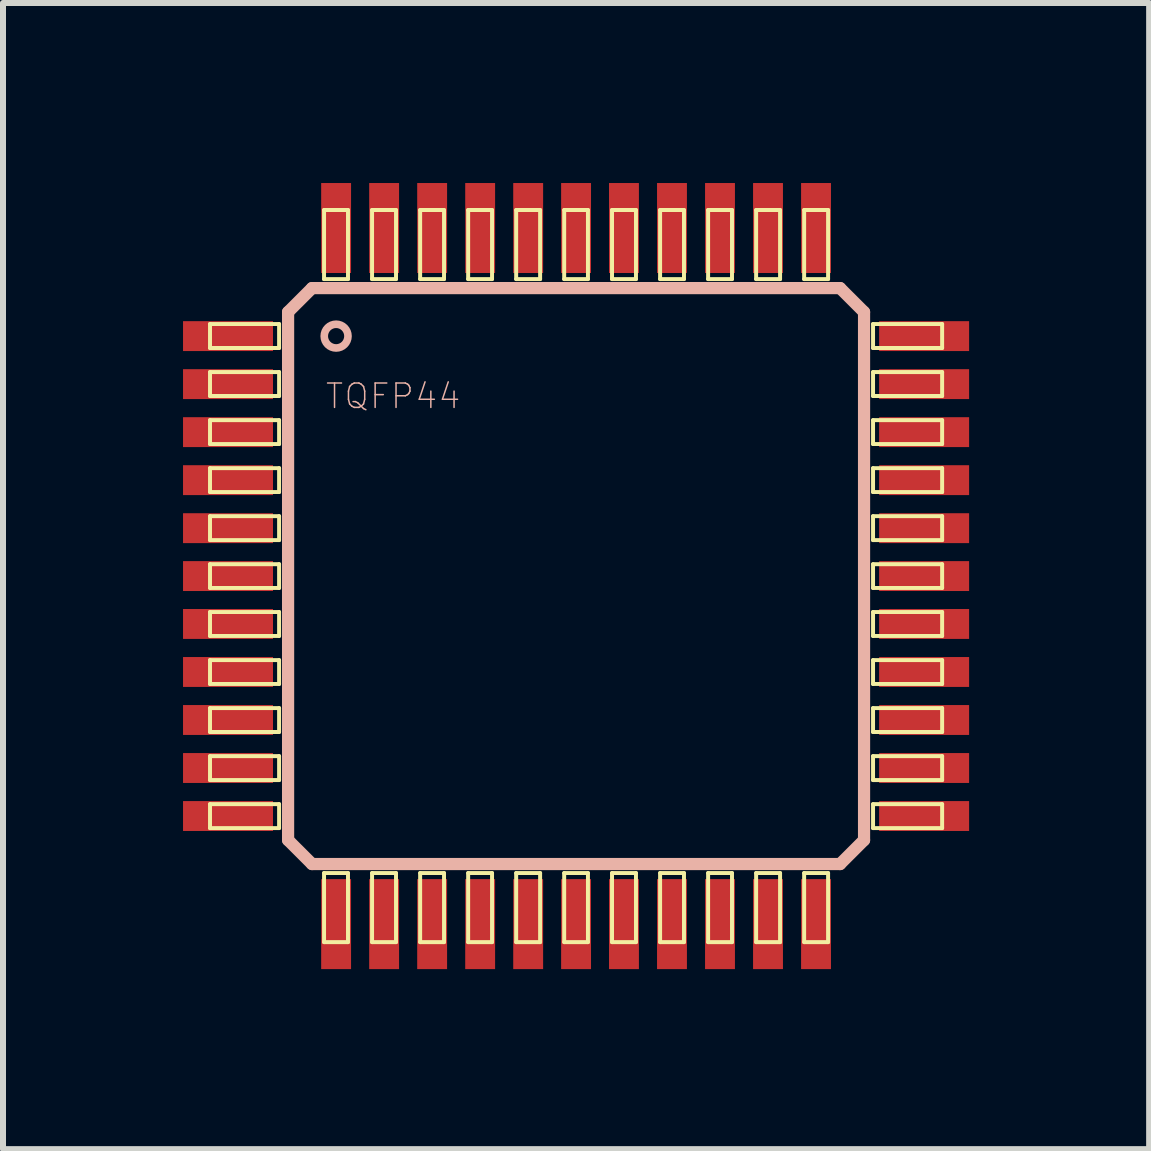
<source format=kicad_pcb>
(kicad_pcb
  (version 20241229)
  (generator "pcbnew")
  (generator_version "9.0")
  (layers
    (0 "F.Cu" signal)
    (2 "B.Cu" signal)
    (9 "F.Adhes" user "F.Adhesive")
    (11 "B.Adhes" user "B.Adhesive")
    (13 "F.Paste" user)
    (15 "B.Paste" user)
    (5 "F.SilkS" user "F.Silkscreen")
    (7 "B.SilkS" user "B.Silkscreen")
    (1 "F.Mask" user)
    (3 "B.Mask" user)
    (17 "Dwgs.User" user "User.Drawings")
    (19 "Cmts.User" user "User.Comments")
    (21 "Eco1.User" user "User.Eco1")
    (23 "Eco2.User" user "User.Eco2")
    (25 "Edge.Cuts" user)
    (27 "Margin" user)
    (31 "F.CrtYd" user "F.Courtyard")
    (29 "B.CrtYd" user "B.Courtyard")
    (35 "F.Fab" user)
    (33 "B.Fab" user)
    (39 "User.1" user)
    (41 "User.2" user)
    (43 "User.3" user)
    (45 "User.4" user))
  (footprint "TQFP44"
    (layer "F.Cu")
    (at 6.548 6.548)
    (property "Reference" "TQFP44" (at -3.048 -2.997 0) (layer "B.SilkS") (effects (font (size 0.406 0.406) (thickness 0.025))))
    (attr smd)
    (fp_line (start -6.099 -4.199) (end -4.948 -4.199) (stroke (width 0.066) (type solid)) (layer "F.SilkS"))
    (fp_line (start -6.099 -3.8) (end -6.099 -4.199) (stroke (width 0.066) (type solid)) (layer "F.SilkS"))
    (fp_line (start -6.099 -3.8) (end -4.948 -3.8) (stroke (width 0.066) (type solid)) (layer "F.SilkS"))
    (fp_line (start -6.099 -3.399) (end -4.948 -3.399) (stroke (width 0.066) (type solid)) (layer "F.SilkS"))
    (fp_line (start -6.099 -3) (end -6.099 -3.399) (stroke (width 0.066) (type solid)) (layer "F.SilkS"))
    (fp_line (start -6.099 -3) (end -4.948 -3) (stroke (width 0.066) (type solid)) (layer "F.SilkS"))
    (fp_line (start -6.099 -2.598) (end -4.948 -2.598) (stroke (width 0.066) (type solid)) (layer "F.SilkS"))
    (fp_line (start -6.099 -2.2) (end -6.099 -2.598) (stroke (width 0.066) (type solid)) (layer "F.SilkS"))
    (fp_line (start -6.099 -2.2) (end -4.948 -2.2) (stroke (width 0.066) (type solid)) (layer "F.SilkS"))
    (fp_line (start -6.099 -1.798) (end -4.948 -1.798) (stroke (width 0.066) (type solid)) (layer "F.SilkS"))
    (fp_line (start -6.099 -1.4) (end -6.099 -1.798) (stroke (width 0.066) (type solid)) (layer "F.SilkS"))
    (fp_line (start -6.099 -1.4) (end -4.948 -1.4) (stroke (width 0.066) (type solid)) (layer "F.SilkS"))
    (fp_line (start -6.099 -0.998) (end -4.948 -0.998) (stroke (width 0.066) (type solid)) (layer "F.SilkS"))
    (fp_line (start -6.099 -0.599) (end -6.099 -0.998) (stroke (width 0.066) (type solid)) (layer "F.SilkS"))
    (fp_line (start -6.099 -0.599) (end -4.948 -0.599) (stroke (width 0.066) (type solid)) (layer "F.SilkS"))
    (fp_line (start -6.099 -0.198) (end -4.948 -0.198) (stroke (width 0.066) (type solid)) (layer "F.SilkS"))
    (fp_line (start -6.099 0.198) (end -6.099 -0.198) (stroke (width 0.066) (type solid)) (layer "F.SilkS"))
    (fp_line (start -6.099 0.198) (end -4.948 0.198) (stroke (width 0.066) (type solid)) (layer "F.SilkS"))
    (fp_line (start -6.099 0.599) (end -4.948 0.599) (stroke (width 0.066) (type solid)) (layer "F.SilkS"))
    (fp_line (start -6.099 0.998) (end -6.099 0.599) (stroke (width 0.066) (type solid)) (layer "F.SilkS"))
    (fp_line (start -6.099 0.998) (end -4.948 0.998) (stroke (width 0.066) (type solid)) (layer "F.SilkS"))
    (fp_line (start -6.099 1.4) (end -4.948 1.4) (stroke (width 0.066) (type solid)) (layer "F.SilkS"))
    (fp_line (start -6.099 1.798) (end -6.099 1.4) (stroke (width 0.066) (type solid)) (layer "F.SilkS"))
    (fp_line (start -6.099 1.798) (end -4.948 1.798) (stroke (width 0.066) (type solid)) (layer "F.SilkS"))
    (fp_line (start -6.099 2.2) (end -4.948 2.2) (stroke (width 0.066) (type solid)) (layer "F.SilkS"))
    (fp_line (start -6.099 2.598) (end -6.099 2.2) (stroke (width 0.066) (type solid)) (layer "F.SilkS"))
    (fp_line (start -6.099 2.598) (end -4.948 2.598) (stroke (width 0.066) (type solid)) (layer "F.SilkS"))
    (fp_line (start -6.099 3) (end -4.948 3) (stroke (width 0.066) (type solid)) (layer "F.SilkS"))
    (fp_line (start -6.099 3.399) (end -6.099 3) (stroke (width 0.066) (type solid)) (layer "F.SilkS"))
    (fp_line (start -6.099 3.399) (end -4.948 3.399) (stroke (width 0.066) (type solid)) (layer "F.SilkS"))
    (fp_line (start -6.099 3.8) (end -4.948 3.8) (stroke (width 0.066) (type solid)) (layer "F.SilkS"))
    (fp_line (start -6.099 4.199) (end -6.099 3.8) (stroke (width 0.066) (type solid)) (layer "F.SilkS"))
    (fp_line (start -6.099 4.199) (end -4.948 4.199) (stroke (width 0.066) (type solid)) (layer "F.SilkS"))
    (fp_line (start -4.948 -3.8) (end -4.948 -4.199) (stroke (width 0.066) (type solid)) (layer "F.SilkS"))
    (fp_line (start -4.948 -3) (end -4.948 -3.399) (stroke (width 0.066) (type solid)) (layer "F.SilkS"))
    (fp_line (start -4.948 -2.2) (end -4.948 -2.598) (stroke (width 0.066) (type solid)) (layer "F.SilkS"))
    (fp_line (start -4.948 -1.4) (end -4.948 -1.798) (stroke (width 0.066) (type solid)) (layer "F.SilkS"))
    (fp_line (start -4.948 -0.599) (end -4.948 -0.998) (stroke (width 0.066) (type solid)) (layer "F.SilkS"))
    (fp_line (start -4.948 0.198) (end -4.948 -0.198) (stroke (width 0.066) (type solid)) (layer "F.SilkS"))
    (fp_line (start -4.948 0.998) (end -4.948 0.599) (stroke (width 0.066) (type solid)) (layer "F.SilkS"))
    (fp_line (start -4.948 1.798) (end -4.948 1.4) (stroke (width 0.066) (type solid)) (layer "F.SilkS"))
    (fp_line (start -4.948 2.598) (end -4.948 2.2) (stroke (width 0.066) (type solid)) (layer "F.SilkS"))
    (fp_line (start -4.948 3.399) (end -4.948 3) (stroke (width 0.066) (type solid)) (layer "F.SilkS"))
    (fp_line (start -4.948 4.199) (end -4.948 3.8) (stroke (width 0.066) (type solid)) (layer "F.SilkS"))
    (fp_line (start -4.199 -6.099) (end -3.8 -6.099) (stroke (width 0.066) (type solid)) (layer "F.SilkS"))
    (fp_line (start -4.199 -4.948) (end -4.199 -6.099) (stroke (width 0.066) (type solid)) (layer "F.SilkS"))
    (fp_line (start -4.199 -4.948) (end -3.8 -4.948) (stroke (width 0.066) (type solid)) (layer "F.SilkS"))
    (fp_line (start -4.199 4.948) (end -3.8 4.948) (stroke (width 0.066) (type solid)) (layer "F.SilkS"))
    (fp_line (start -4.199 6.099) (end -4.199 4.948) (stroke (width 0.066) (type solid)) (layer "F.SilkS"))
    (fp_line (start -4.199 6.099) (end -3.8 6.099) (stroke (width 0.066) (type solid)) (layer "F.SilkS"))
    (fp_line (start -3.8 -4.948) (end -3.8 -6.099) (stroke (width 0.066) (type solid)) (layer "F.SilkS"))
    (fp_line (start -3.8 6.099) (end -3.8 4.948) (stroke (width 0.066) (type solid)) (layer "F.SilkS"))
    (fp_line (start -3.399 -6.099) (end -3 -6.099) (stroke (width 0.066) (type solid)) (layer "F.SilkS"))
    (fp_line (start -3.399 -4.948) (end -3.399 -6.099) (stroke (width 0.066) (type solid)) (layer "F.SilkS"))
    (fp_line (start -3.399 -4.948) (end -3 -4.948) (stroke (width 0.066) (type solid)) (layer "F.SilkS"))
    (fp_line (start -3.399 4.948) (end -3 4.948) (stroke (width 0.066) (type solid)) (layer "F.SilkS"))
    (fp_line (start -3.399 6.099) (end -3.399 4.948) (stroke (width 0.066) (type solid)) (layer "F.SilkS"))
    (fp_line (start -3.399 6.099) (end -3 6.099) (stroke (width 0.066) (type solid)) (layer "F.SilkS"))
    (fp_line (start -3 -4.948) (end -3 -6.099) (stroke (width 0.066) (type solid)) (layer "F.SilkS"))
    (fp_line (start -3 6.099) (end -3 4.948) (stroke (width 0.066) (type solid)) (layer "F.SilkS"))
    (fp_line (start -2.598 -6.099) (end -2.2 -6.099) (stroke (width 0.066) (type solid)) (layer "F.SilkS"))
    (fp_line (start -2.598 -4.948) (end -2.598 -6.099) (stroke (width 0.066) (type solid)) (layer "F.SilkS"))
    (fp_line (start -2.598 -4.948) (end -2.2 -4.948) (stroke (width 0.066) (type solid)) (layer "F.SilkS"))
    (fp_line (start -2.598 4.948) (end -2.2 4.948) (stroke (width 0.066) (type solid)) (layer "F.SilkS"))
    (fp_line (start -2.598 6.099) (end -2.598 4.948) (stroke (width 0.066) (type solid)) (layer "F.SilkS"))
    (fp_line (start -2.598 6.099) (end -2.2 6.099) (stroke (width 0.066) (type solid)) (layer "F.SilkS"))
    (fp_line (start -2.2 -4.948) (end -2.2 -6.099) (stroke (width 0.066) (type solid)) (layer "F.SilkS"))
    (fp_line (start -2.2 6.099) (end -2.2 4.948) (stroke (width 0.066) (type solid)) (layer "F.SilkS"))
    (fp_line (start -1.798 -6.099) (end -1.4 -6.099) (stroke (width 0.066) (type solid)) (layer "F.SilkS"))
    (fp_line (start -1.798 -4.948) (end -1.798 -6.099) (stroke (width 0.066) (type solid)) (layer "F.SilkS"))
    (fp_line (start -1.798 -4.948) (end -1.4 -4.948) (stroke (width 0.066) (type solid)) (layer "F.SilkS"))
    (fp_line (start -1.798 4.948) (end -1.4 4.948) (stroke (width 0.066) (type solid)) (layer "F.SilkS"))
    (fp_line (start -1.798 6.099) (end -1.798 4.948) (stroke (width 0.066) (type solid)) (layer "F.SilkS"))
    (fp_line (start -1.798 6.099) (end -1.4 6.099) (stroke (width 0.066) (type solid)) (layer "F.SilkS"))
    (fp_line (start -1.4 -4.948) (end -1.4 -6.099) (stroke (width 0.066) (type solid)) (layer "F.SilkS"))
    (fp_line (start -1.4 6.099) (end -1.4 4.948) (stroke (width 0.066) (type solid)) (layer "F.SilkS"))
    (fp_line (start -0.998 -6.099) (end -0.599 -6.099) (stroke (width 0.066) (type solid)) (layer "F.SilkS"))
    (fp_line (start -0.998 -4.948) (end -0.998 -6.099) (stroke (width 0.066) (type solid)) (layer "F.SilkS"))
    (fp_line (start -0.998 -4.948) (end -0.599 -4.948) (stroke (width 0.066) (type solid)) (layer "F.SilkS"))
    (fp_line (start -0.998 4.948) (end -0.599 4.948) (stroke (width 0.066) (type solid)) (layer "F.SilkS"))
    (fp_line (start -0.998 6.099) (end -0.998 4.948) (stroke (width 0.066) (type solid)) (layer "F.SilkS"))
    (fp_line (start -0.998 6.099) (end -0.599 6.099) (stroke (width 0.066) (type solid)) (layer "F.SilkS"))
    (fp_line (start -0.599 -4.948) (end -0.599 -6.099) (stroke (width 0.066) (type solid)) (layer "F.SilkS"))
    (fp_line (start -0.599 6.099) (end -0.599 4.948) (stroke (width 0.066) (type solid)) (layer "F.SilkS"))
    (fp_line (start -0.198 -6.099) (end 0.198 -6.099) (stroke (width 0.066) (type solid)) (layer "F.SilkS"))
    (fp_line (start -0.198 -4.948) (end -0.198 -6.099) (stroke (width 0.066) (type solid)) (layer "F.SilkS"))
    (fp_line (start -0.198 -4.948) (end 0.198 -4.948) (stroke (width 0.066) (type solid)) (layer "F.SilkS"))
    (fp_line (start -0.198 4.948) (end 0.198 4.948) (stroke (width 0.066) (type solid)) (layer "F.SilkS"))
    (fp_line (start -0.198 6.099) (end -0.198 4.948) (stroke (width 0.066) (type solid)) (layer "F.SilkS"))
    (fp_line (start -0.198 6.099) (end 0.198 6.099) (stroke (width 0.066) (type solid)) (layer "F.SilkS"))
    (fp_line (start 0.198 -4.948) (end 0.198 -6.099) (stroke (width 0.066) (type solid)) (layer "F.SilkS"))
    (fp_line (start 0.198 6.099) (end 0.198 4.948) (stroke (width 0.066) (type solid)) (layer "F.SilkS"))
    (fp_line (start 0.599 -6.099) (end 0.998 -6.099) (stroke (width 0.066) (type solid)) (layer "F.SilkS"))
    (fp_line (start 0.599 -4.948) (end 0.599 -6.099) (stroke (width 0.066) (type solid)) (layer "F.SilkS"))
    (fp_line (start 0.599 -4.948) (end 0.998 -4.948) (stroke (width 0.066) (type solid)) (layer "F.SilkS"))
    (fp_line (start 0.599 4.948) (end 0.998 4.948) (stroke (width 0.066) (type solid)) (layer "F.SilkS"))
    (fp_line (start 0.599 6.099) (end 0.599 4.948) (stroke (width 0.066) (type solid)) (layer "F.SilkS"))
    (fp_line (start 0.599 6.099) (end 0.998 6.099) (stroke (width 0.066) (type solid)) (layer "F.SilkS"))
    (fp_line (start 0.998 -4.948) (end 0.998 -6.099) (stroke (width 0.066) (type solid)) (layer "F.SilkS"))
    (fp_line (start 0.998 6.099) (end 0.998 4.948) (stroke (width 0.066) (type solid)) (layer "F.SilkS"))
    (fp_line (start 1.4 -6.099) (end 1.798 -6.099) (stroke (width 0.066) (type solid)) (layer "F.SilkS"))
    (fp_line (start 1.4 -4.948) (end 1.4 -6.099) (stroke (width 0.066) (type solid)) (layer "F.SilkS"))
    (fp_line (start 1.4 -4.948) (end 1.798 -4.948) (stroke (width 0.066) (type solid)) (layer "F.SilkS"))
    (fp_line (start 1.4 4.948) (end 1.798 4.948) (stroke (width 0.066) (type solid)) (layer "F.SilkS"))
    (fp_line (start 1.4 6.099) (end 1.4 4.948) (stroke (width 0.066) (type solid)) (layer "F.SilkS"))
    (fp_line (start 1.4 6.099) (end 1.798 6.099) (stroke (width 0.066) (type solid)) (layer "F.SilkS"))
    (fp_line (start 1.798 -4.948) (end 1.798 -6.099) (stroke (width 0.066) (type solid)) (layer "F.SilkS"))
    (fp_line (start 1.798 6.099) (end 1.798 4.948) (stroke (width 0.066) (type solid)) (layer "F.SilkS"))
    (fp_line (start 2.2 -6.099) (end 2.598 -6.099) (stroke (width 0.066) (type solid)) (layer "F.SilkS"))
    (fp_line (start 2.2 -4.948) (end 2.2 -6.099) (stroke (width 0.066) (type solid)) (layer "F.SilkS"))
    (fp_line (start 2.2 -4.948) (end 2.598 -4.948) (stroke (width 0.066) (type solid)) (layer "F.SilkS"))
    (fp_line (start 2.2 4.948) (end 2.598 4.948) (stroke (width 0.066) (type solid)) (layer "F.SilkS"))
    (fp_line (start 2.2 6.099) (end 2.2 4.948) (stroke (width 0.066) (type solid)) (layer "F.SilkS"))
    (fp_line (start 2.2 6.099) (end 2.598 6.099) (stroke (width 0.066) (type solid)) (layer "F.SilkS"))
    (fp_line (start 2.598 -4.948) (end 2.598 -6.099) (stroke (width 0.066) (type solid)) (layer "F.SilkS"))
    (fp_line (start 2.598 6.099) (end 2.598 4.948) (stroke (width 0.066) (type solid)) (layer "F.SilkS"))
    (fp_line (start 3 -6.099) (end 3.399 -6.099) (stroke (width 0.066) (type solid)) (layer "F.SilkS"))
    (fp_line (start 3 -4.948) (end 3 -6.099) (stroke (width 0.066) (type solid)) (layer "F.SilkS"))
    (fp_line (start 3 -4.948) (end 3.399 -4.948) (stroke (width 0.066) (type solid)) (layer "F.SilkS"))
    (fp_line (start 3 4.948) (end 3.399 4.948) (stroke (width 0.066) (type solid)) (layer "F.SilkS"))
    (fp_line (start 3 6.099) (end 3 4.948) (stroke (width 0.066) (type solid)) (layer "F.SilkS"))
    (fp_line (start 3 6.099) (end 3.399 6.099) (stroke (width 0.066) (type solid)) (layer "F.SilkS"))
    (fp_line (start 3.399 -4.948) (end 3.399 -6.099) (stroke (width 0.066) (type solid)) (layer "F.SilkS"))
    (fp_line (start 3.399 6.099) (end 3.399 4.948) (stroke (width 0.066) (type solid)) (layer "F.SilkS"))
    (fp_line (start 3.8 -6.099) (end 4.199 -6.099) (stroke (width 0.066) (type solid)) (layer "F.SilkS"))
    (fp_line (start 3.8 -4.948) (end 3.8 -6.099) (stroke (width 0.066) (type solid)) (layer "F.SilkS"))
    (fp_line (start 3.8 -4.948) (end 4.199 -4.948) (stroke (width 0.066) (type solid)) (layer "F.SilkS"))
    (fp_line (start 3.8 4.948) (end 4.199 4.948) (stroke (width 0.066) (type solid)) (layer "F.SilkS"))
    (fp_line (start 3.8 6.099) (end 3.8 4.948) (stroke (width 0.066) (type solid)) (layer "F.SilkS"))
    (fp_line (start 3.8 6.099) (end 4.199 6.099) (stroke (width 0.066) (type solid)) (layer "F.SilkS"))
    (fp_line (start 4.199 -4.948) (end 4.199 -6.099) (stroke (width 0.066) (type solid)) (layer "F.SilkS"))
    (fp_line (start 4.199 6.099) (end 4.199 4.948) (stroke (width 0.066) (type solid)) (layer "F.SilkS"))
    (fp_line (start 4.948 -4.199) (end 6.099 -4.199) (stroke (width 0.066) (type solid)) (layer "F.SilkS"))
    (fp_line (start 4.948 -3.8) (end 4.948 -4.199) (stroke (width 0.066) (type solid)) (layer "F.SilkS"))
    (fp_line (start 4.948 -3.8) (end 6.099 -3.8) (stroke (width 0.066) (type solid)) (layer "F.SilkS"))
    (fp_line (start 4.948 -3.399) (end 6.099 -3.399) (stroke (width 0.066) (type solid)) (layer "F.SilkS"))
    (fp_line (start 4.948 -3) (end 4.948 -3.399) (stroke (width 0.066) (type solid)) (layer "F.SilkS"))
    (fp_line (start 4.948 -3) (end 6.099 -3) (stroke (width 0.066) (type solid)) (layer "F.SilkS"))
    (fp_line (start 4.948 -2.598) (end 6.099 -2.598) (stroke (width 0.066) (type solid)) (layer "F.SilkS"))
    (fp_line (start 4.948 -2.2) (end 4.948 -2.598) (stroke (width 0.066) (type solid)) (layer "F.SilkS"))
    (fp_line (start 4.948 -2.2) (end 6.099 -2.2) (stroke (width 0.066) (type solid)) (layer "F.SilkS"))
    (fp_line (start 4.948 -1.798) (end 6.099 -1.798) (stroke (width 0.066) (type solid)) (layer "F.SilkS"))
    (fp_line (start 4.948 -1.4) (end 4.948 -1.798) (stroke (width 0.066) (type solid)) (layer "F.SilkS"))
    (fp_line (start 4.948 -1.4) (end 6.099 -1.4) (stroke (width 0.066) (type solid)) (layer "F.SilkS"))
    (fp_line (start 4.948 -0.998) (end 6.099 -0.998) (stroke (width 0.066) (type solid)) (layer "F.SilkS"))
    (fp_line (start 4.948 -0.599) (end 4.948 -0.998) (stroke (width 0.066) (type solid)) (layer "F.SilkS"))
    (fp_line (start 4.948 -0.599) (end 6.099 -0.599) (stroke (width 0.066) (type solid)) (layer "F.SilkS"))
    (fp_line (start 4.948 -0.198) (end 6.099 -0.198) (stroke (width 0.066) (type solid)) (layer "F.SilkS"))
    (fp_line (start 4.948 0.198) (end 4.948 -0.198) (stroke (width 0.066) (type solid)) (layer "F.SilkS"))
    (fp_line (start 4.948 0.198) (end 6.099 0.198) (stroke (width 0.066) (type solid)) (layer "F.SilkS"))
    (fp_line (start 4.948 0.599) (end 6.099 0.599) (stroke (width 0.066) (type solid)) (layer "F.SilkS"))
    (fp_line (start 4.948 0.998) (end 4.948 0.599) (stroke (width 0.066) (type solid)) (layer "F.SilkS"))
    (fp_line (start 4.948 0.998) (end 6.099 0.998) (stroke (width 0.066) (type solid)) (layer "F.SilkS"))
    (fp_line (start 4.948 1.4) (end 6.099 1.4) (stroke (width 0.066) (type solid)) (layer "F.SilkS"))
    (fp_line (start 4.948 1.798) (end 4.948 1.4) (stroke (width 0.066) (type solid)) (layer "F.SilkS"))
    (fp_line (start 4.948 1.798) (end 6.099 1.798) (stroke (width 0.066) (type solid)) (layer "F.SilkS"))
    (fp_line (start 4.948 2.2) (end 6.099 2.2) (stroke (width 0.066) (type solid)) (layer "F.SilkS"))
    (fp_line (start 4.948 2.598) (end 4.948 2.2) (stroke (width 0.066) (type solid)) (layer "F.SilkS"))
    (fp_line (start 4.948 2.598) (end 6.099 2.598) (stroke (width 0.066) (type solid)) (layer "F.SilkS"))
    (fp_line (start 4.948 3) (end 6.099 3) (stroke (width 0.066) (type solid)) (layer "F.SilkS"))
    (fp_line (start 4.948 3.399) (end 4.948 3) (stroke (width 0.066) (type solid)) (layer "F.SilkS"))
    (fp_line (start 4.948 3.399) (end 6.099 3.399) (stroke (width 0.066) (type solid)) (layer "F.SilkS"))
    (fp_line (start 4.948 3.8) (end 6.099 3.8) (stroke (width 0.066) (type solid)) (layer "F.SilkS"))
    (fp_line (start 4.948 4.199) (end 4.948 3.8) (stroke (width 0.066) (type solid)) (layer "F.SilkS"))
    (fp_line (start 4.948 4.199) (end 6.099 4.199) (stroke (width 0.066) (type solid)) (layer "F.SilkS"))
    (fp_line (start 6.099 -3.8) (end 6.099 -4.199) (stroke (width 0.066) (type solid)) (layer "F.SilkS"))
    (fp_line (start 6.099 -3) (end 6.099 -3.399) (stroke (width 0.066) (type solid)) (layer "F.SilkS"))
    (fp_line (start 6.099 -2.2) (end 6.099 -2.598) (stroke (width 0.066) (type solid)) (layer "F.SilkS"))
    (fp_line (start 6.099 -1.4) (end 6.099 -1.798) (stroke (width 0.066) (type solid)) (layer "F.SilkS"))
    (fp_line (start 6.099 -0.599) (end 6.099 -0.998) (stroke (width 0.066) (type solid)) (layer "F.SilkS"))
    (fp_line (start 6.099 0.198) (end 6.099 -0.198) (stroke (width 0.066) (type solid)) (layer "F.SilkS"))
    (fp_line (start 6.099 0.998) (end 6.099 0.599) (stroke (width 0.066) (type solid)) (layer "F.SilkS"))
    (fp_line (start 6.099 1.798) (end 6.099 1.4) (stroke (width 0.066) (type solid)) (layer "F.SilkS"))
    (fp_line (start 6.099 2.598) (end 6.099 2.2) (stroke (width 0.066) (type solid)) (layer "F.SilkS"))
    (fp_line (start 6.099 3.399) (end 6.099 3) (stroke (width 0.066) (type solid)) (layer "F.SilkS"))
    (fp_line (start 6.099 4.199) (end 6.099 3.8) (stroke (width 0.066) (type solid)) (layer "F.SilkS"))
    (fp_line (start -4.798 -4.399) (end -4.399 -4.798) (stroke (width 0.203) (type solid)) (layer "B.SilkS"))
    (fp_line (start -4.798 4.399) (end -4.798 -4.399) (stroke (width 0.203) (type solid)) (layer "B.SilkS"))
    (fp_line (start -4.399 -4.798) (end 4.399 -4.798) (stroke (width 0.203) (type solid)) (layer "B.SilkS"))
    (fp_line (start -4.399 4.798) (end -4.798 4.399) (stroke (width 0.203) (type solid)) (layer "B.SilkS"))
    (fp_line (start 4.399 -4.798) (end 4.798 -4.399) (stroke (width 0.203) (type solid)) (layer "B.SilkS"))
    (fp_line (start 4.399 4.798) (end -4.399 4.798) (stroke (width 0.203) (type solid)) (layer "B.SilkS"))
    (fp_line (start 4.798 -4.399) (end 4.798 4.399) (stroke (width 0.203) (type solid)) (layer "B.SilkS"))
    (fp_line (start 4.798 4.399) (end 4.399 4.798) (stroke (width 0.203) (type solid)) (layer "B.SilkS"))
    (fp_circle (center -3.998 -3.998) (end -4.138 -4.138) (stroke (width 0.127) (type solid)) (fill no) (layer "B.SilkS"))
    (pad "1" smd rect (at -5.799 -3.998) (size 1.499 0.498) (layers "F.Cu" "F.Mask" "F.Paste"))
    (pad "2" smd rect (at -5.799 -3.198) (size 1.499 0.498) (layers "F.Cu" "F.Mask" "F.Paste"))
    (pad "3" smd rect (at -5.799 -2.398) (size 1.499 0.498) (layers "F.Cu" "F.Mask" "F.Paste"))
    (pad "4" smd rect (at -5.799 -1.598) (size 1.499 0.498) (layers "F.Cu" "F.Mask" "F.Paste"))
    (pad "5" smd rect (at -5.799 -0.798) (size 1.499 0.498) (layers "F.Cu" "F.Mask" "F.Paste"))
    (pad "6" smd rect (at -5.799 0) (size 1.499 0.498) (layers "F.Cu" "F.Mask" "F.Paste"))
    (pad "7" smd rect (at -5.799 0.798) (size 1.499 0.498) (layers "F.Cu" "F.Mask" "F.Paste"))
    (pad "8" smd rect (at -5.799 1.598) (size 1.499 0.498) (layers "F.Cu" "F.Mask" "F.Paste"))
    (pad "9" smd rect (at -5.799 2.398) (size 1.499 0.498) (layers "F.Cu" "F.Mask" "F.Paste"))
    (pad "10" smd rect (at -5.799 3.198) (size 1.499 0.498) (layers "F.Cu" "F.Mask" "F.Paste"))
    (pad "11" smd rect (at -5.799 3.998) (size 1.499 0.498) (layers "F.Cu" "F.Mask" "F.Paste"))
    (pad "12" smd rect (at -3.998 5.799) (size 0.498 1.499) (layers "F.Cu" "F.Mask" "F.Paste"))
    (pad "13" smd rect (at -3.198 5.799) (size 0.498 1.499) (layers "F.Cu" "F.Mask" "F.Paste"))
    (pad "14" smd rect (at -2.398 5.799) (size 0.498 1.499) (layers "F.Cu" "F.Mask" "F.Paste"))
    (pad "15" smd rect (at -1.598 5.799) (size 0.498 1.499) (layers "F.Cu" "F.Mask" "F.Paste"))
    (pad "16" smd rect (at -0.798 5.799) (size 0.498 1.499) (layers "F.Cu" "F.Mask" "F.Paste"))
    (pad "17" smd rect (at 0 5.799) (size 0.498 1.499) (layers "F.Cu" "F.Mask" "F.Paste"))
    (pad "18" smd rect (at 0.798 5.799) (size 0.498 1.499) (layers "F.Cu" "F.Mask" "F.Paste"))
    (pad "19" smd rect (at 1.598 5.799) (size 0.498 1.499) (layers "F.Cu" "F.Mask" "F.Paste"))
    (pad "20" smd rect (at 2.398 5.799) (size 0.498 1.499) (layers "F.Cu" "F.Mask" "F.Paste"))
    (pad "21" smd rect (at 3.198 5.799) (size 0.498 1.499) (layers "F.Cu" "F.Mask" "F.Paste"))
    (pad "22" smd rect (at 3.998 5.799) (size 0.498 1.499) (layers "F.Cu" "F.Mask" "F.Paste"))
    (pad "23" smd rect (at 5.799 3.998) (size 1.499 0.498) (layers "F.Cu" "F.Mask" "F.Paste"))
    (pad "24" smd rect (at 5.799 3.198) (size 1.499 0.498) (layers "F.Cu" "F.Mask" "F.Paste"))
    (pad "25" smd rect (at 5.799 2.398) (size 1.499 0.498) (layers "F.Cu" "F.Mask" "F.Paste"))
    (pad "26" smd rect (at 5.799 1.598) (size 1.499 0.498) (layers "F.Cu" "F.Mask" "F.Paste"))
    (pad "27" smd rect (at 5.799 0.798) (size 1.499 0.498) (layers "F.Cu" "F.Mask" "F.Paste"))
    (pad "28" smd rect (at 5.799 0) (size 1.499 0.498) (layers "F.Cu" "F.Mask" "F.Paste"))
    (pad "29" smd rect (at 5.799 -0.798) (size 1.499 0.498) (layers "F.Cu" "F.Mask" "F.Paste"))
    (pad "30" smd rect (at 5.799 -1.598) (size 1.499 0.498) (layers "F.Cu" "F.Mask" "F.Paste"))
    (pad "31" smd rect (at 5.799 -2.398) (size 1.499 0.498) (layers "F.Cu" "F.Mask" "F.Paste"))
    (pad "32" smd rect (at 5.799 -3.198) (size 1.499 0.498) (layers "F.Cu" "F.Mask" "F.Paste"))
    (pad "33" smd rect (at 5.799 -3.998) (size 1.499 0.498) (layers "F.Cu" "F.Mask" "F.Paste"))
    (pad "34" smd rect (at 3.998 -5.799) (size 0.498 1.499) (layers "F.Cu" "F.Mask" "F.Paste"))
    (pad "35" smd rect (at 3.198 -5.799) (size 0.498 1.499) (layers "F.Cu" "F.Mask" "F.Paste"))
    (pad "36" smd rect (at 2.398 -5.799) (size 0.498 1.499) (layers "F.Cu" "F.Mask" "F.Paste"))
    (pad "37" smd rect (at 1.598 -5.799) (size 0.498 1.499) (layers "F.Cu" "F.Mask" "F.Paste"))
    (pad "38" smd rect (at 0.798 -5.799) (size 0.498 1.499) (layers "F.Cu" "F.Mask" "F.Paste"))
    (pad "39" smd rect (at 0 -5.799) (size 0.498 1.499) (layers "F.Cu" "F.Mask" "F.Paste"))
    (pad "40" smd rect (at -0.798 -5.799) (size 0.498 1.499) (layers "F.Cu" "F.Mask" "F.Paste"))
    (pad "41" smd rect (at -1.598 -5.799) (size 0.498 1.499) (layers "F.Cu" "F.Mask" "F.Paste"))
    (pad "42" smd rect (at -2.398 -5.799) (size 0.498 1.499) (layers "F.Cu" "F.Mask" "F.Paste"))
    (pad "43" smd rect (at -3.198 -5.799) (size 0.498 1.499) (layers "F.Cu" "F.Mask" "F.Paste"))
    (pad "44" smd rect (at -3.998 -5.799) (size 0.498 1.499) (layers "F.Cu" "F.Mask" "F.Paste")))
  (gr_rect
    (start -3 -3)
    (end 16.096 16.096)
    (stroke (width 0.1) (type default))
    (fill no)
    (layer "Edge.Cuts")))
</source>
